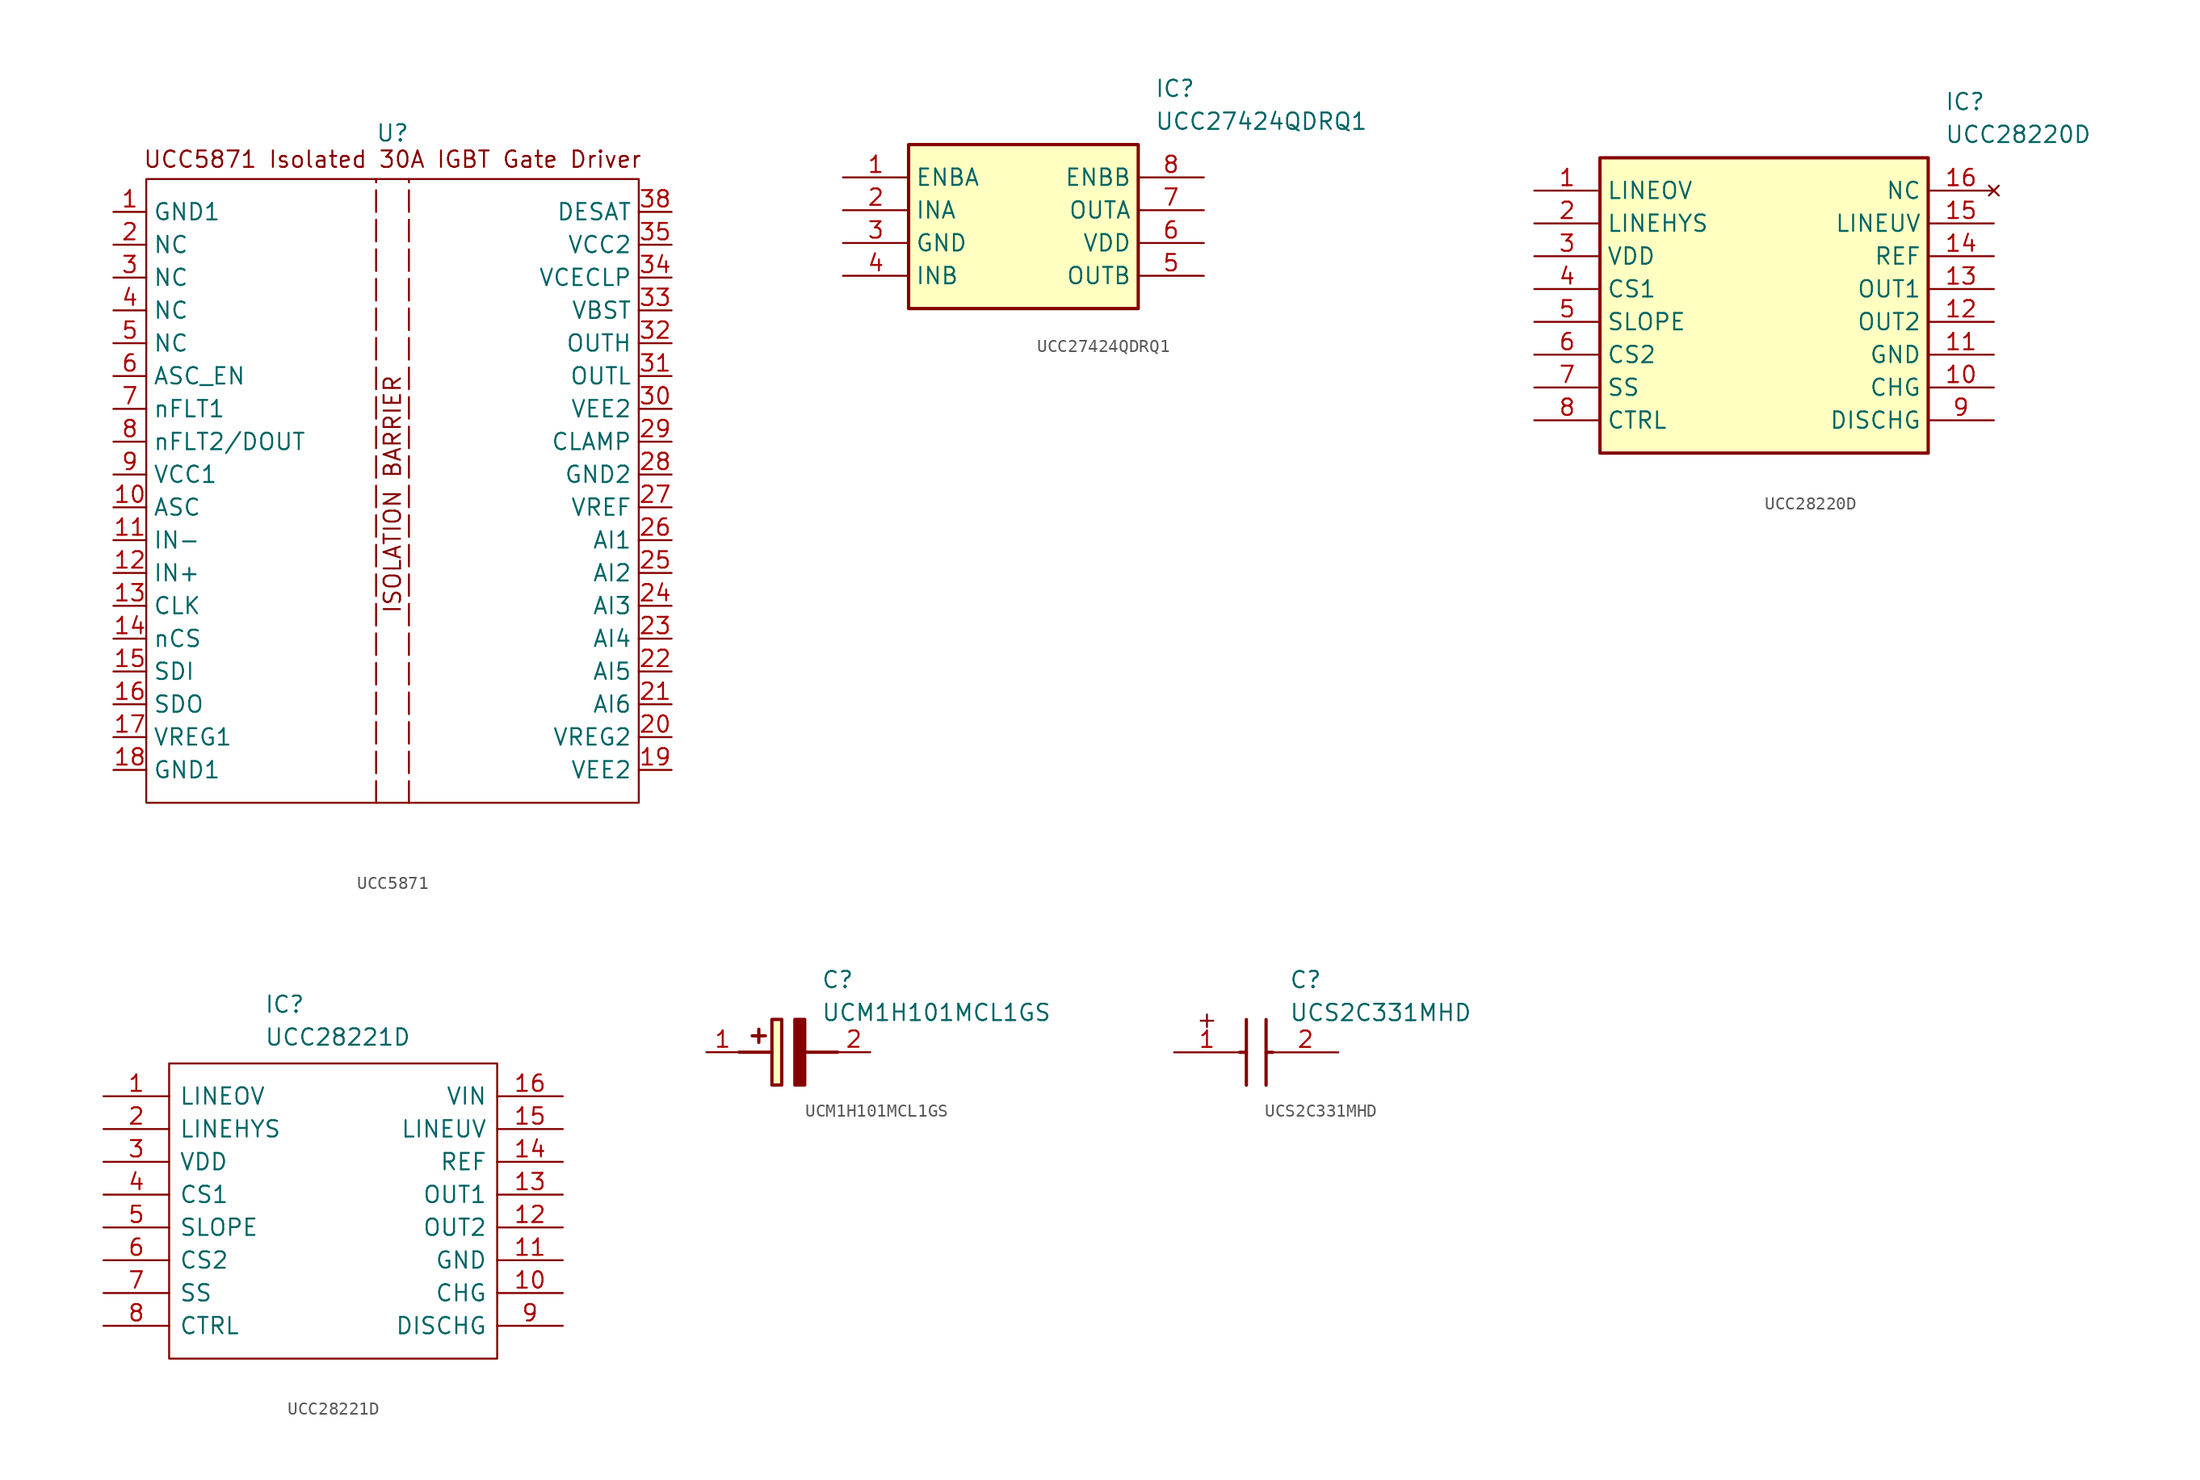
<source format=kicad_sym>
(kicad_symbol_lib
  (version 20241209)
  (generator "kicad_symbol_editor")
  (generator_version "9.0")
  (symbol "UCC5871"
    (property "Reference" "U"
      (at 0 27.686 0)
      (effects (font (size 1.27 1.27))))
    (property "Value" ""
      (at 0 0 0)
      (effects (font (size 1.27 1.27))))
    (symbol "UCC5871_0_1"
      (rectangle (start -19.05 24.13) (end 19.05 -24.13) (stroke (width 0) (type default)) (fill (type none)))
      (polyline (pts (xy -1.27 -24.13) (xy -1.27 24.13)) (stroke (width 0) (type dash)) (fill (type none)))
      (polyline (pts (xy 1.27 -24.13) (xy 1.27 24.13)) (stroke (width 0) (type dash)) (fill (type none))))
    (symbol "UCC5871_1_1"
      (text "UCC5871 Isolated 30A IGBT Gate Driver" (at 0 25.654 0) (effects (font (size 1.27 1.27))))
      (text "ISOLATION BARRIER" (at 0 -0.254 900) (effects (font (size 1.27 1.27))))
      (pin passive line (at -21.59 21.59 0) (length 2.54) (name "GND1" (effects (font (size 1.27 1.27)))) (number "1" (effects (font (size 1.27 1.27)))))
      (pin passive line (at -21.59 19.05 0) (length 2.54) (name "NC" (effects (font (size 1.27 1.27)))) (number "2" (effects (font (size 1.27 1.27)))))
      (pin passive line (at -21.59 16.51 0) (length 2.54) (name "NC" (effects (font (size 1.27 1.27)))) (number "3" (effects (font (size 1.27 1.27)))))
      (pin passive line (at -21.59 13.97 0) (length 2.54) (name "NC" (effects (font (size 1.27 1.27)))) (number "4" (effects (font (size 1.27 1.27)))))
      (pin passive line (at -21.59 11.43 0) (length 2.54) (name "NC" (effects (font (size 1.27 1.27)))) (number "5" (effects (font (size 1.27 1.27)))))
      (pin passive line (at -21.59 8.89 0) (length 2.54) (name "ASC_EN" (effects (font (size 1.27 1.27)))) (number "6" (effects (font (size 1.27 1.27)))))
      (pin passive line (at -21.59 6.35 0) (length 2.54) (name "nFLT1" (effects (font (size 1.27 1.27)))) (number "7" (effects (font (size 1.27 1.27)))))
      (pin passive line (at -21.59 3.81 0) (length 2.54) (name "nFLT2/DOUT" (effects (font (size 1.27 1.27)))) (number "8" (effects (font (size 1.27 1.27)))))
      (pin passive line (at -21.59 1.27 0) (length 2.54) (name "VCC1" (effects (font (size 1.27 1.27)))) (number "9" (effects (font (size 1.27 1.27)))))
      (pin passive line (at -21.59 -1.27 0) (length 2.54) (name "ASC" (effects (font (size 1.27 1.27)))) (number "10" (effects (font (size 1.27 1.27)))))
      (pin passive line (at -21.59 -3.81 0) (length 2.54) (name "IN-" (effects (font (size 1.27 1.27)))) (number "11" (effects (font (size 1.27 1.27)))))
      (pin passive line (at -21.59 -6.35 0) (length 2.54) (name "IN+" (effects (font (size 1.27 1.27)))) (number "12" (effects (font (size 1.27 1.27)))))
      (pin passive line (at -21.59 -8.89 0) (length 2.54) (name "CLK" (effects (font (size 1.27 1.27)))) (number "13" (effects (font (size 1.27 1.27)))))
      (pin passive line (at -21.59 -11.43 0) (length 2.54) (name "nCS" (effects (font (size 1.27 1.27)))) (number "14" (effects (font (size 1.27 1.27)))))
      (pin passive line (at -21.59 -13.97 0) (length 2.54) (name "SDI" (effects (font (size 1.27 1.27)))) (number "15" (effects (font (size 1.27 1.27)))))
      (pin passive line (at -21.59 -16.51 0) (length 2.54) (name "SDO" (effects (font (size 1.27 1.27)))) (number "16" (effects (font (size 1.27 1.27)))))
      (pin passive line (at -21.59 -19.05 0) (length 2.54) (name "VREG1" (effects (font (size 1.27 1.27)))) (number "17" (effects (font (size 1.27 1.27)))))
      (pin passive line (at -21.59 -21.59 0) (length 2.54) (name "GND1" (effects (font (size 1.27 1.27)))) (number "18" (effects (font (size 1.27 1.27)))))
      (pin passive line (at 21.59 21.59 180) (length 2.54) (name "DESAT" (effects (font (size 1.27 1.27)))) (number "38" (effects (font (size 1.27 1.27)))))
      (pin passive line (at 21.59 19.05 180) (length 2.54) (name "VCC2" (effects (font (size 1.27 1.27)))) (number "35" (effects (font (size 1.27 1.27)))))
      (pin passive line (at 21.59 16.51 180) (length 2.54) (name "VCECLP" (effects (font (size 1.27 1.27)))) (number "34" (effects (font (size 1.27 1.27)))))
      (pin passive line (at 21.59 13.97 180) (length 2.54) (name "VBST" (effects (font (size 1.27 1.27)))) (number "33" (effects (font (size 1.27 1.27)))))
      (pin passive line (at 21.59 11.43 180) (length 2.54) (name "OUTH" (effects (font (size 1.27 1.27)))) (number "32" (effects (font (size 1.27 1.27)))))
      (pin passive line (at 21.59 8.89 180) (length 2.54) (name "OUTL" (effects (font (size 1.27 1.27)))) (number "31" (effects (font (size 1.27 1.27)))))
      (pin passive line (at 21.59 6.35 180) (length 2.54) (name "VEE2" (effects (font (size 1.27 1.27)))) (number "30" (effects (font (size 1.27 1.27)))))
      (pin passive line (at 21.59 3.81 180) (length 2.54) (name "CLAMP" (effects (font (size 1.27 1.27)))) (number "29" (effects (font (size 1.27 1.27)))))
      (pin passive line (at 21.59 1.27 180) (length 2.54) (name "GND2" (effects (font (size 1.27 1.27)))) (number "28" (effects (font (size 1.27 1.27)))))
      (pin passive line (at 21.59 -1.27 180) (length 2.54) (name "VREF" (effects (font (size 1.27 1.27)))) (number "27" (effects (font (size 1.27 1.27)))))
      (pin passive line (at 21.59 -3.81 180) (length 2.54) (name "AI1" (effects (font (size 1.27 1.27)))) (number "26" (effects (font (size 1.27 1.27)))))
      (pin passive line (at 21.59 -6.35 180) (length 2.54) (name "AI2" (effects (font (size 1.27 1.27)))) (number "25" (effects (font (size 1.27 1.27)))))
      (pin passive line (at 21.59 -8.89 180) (length 2.54) (name "AI3" (effects (font (size 1.27 1.27)))) (number "24" (effects (font (size 1.27 1.27)))))
      (pin passive line (at 21.59 -11.43 180) (length 2.54) (name "AI4" (effects (font (size 1.27 1.27)))) (number "23" (effects (font (size 1.27 1.27)))))
      (pin passive line (at 21.59 -13.97 180) (length 2.54) (name "AI5" (effects (font (size 1.27 1.27)))) (number "22" (effects (font (size 1.27 1.27)))))
      (pin passive line (at 21.59 -16.51 180) (length 2.54) (name "AI6" (effects (font (size 1.27 1.27)))) (number "21" (effects (font (size 1.27 1.27)))))
      (pin passive line (at 21.59 -19.05 180) (length 2.54) (name "VREG2" (effects (font (size 1.27 1.27)))) (number "20" (effects (font (size 1.27 1.27)))))
      (pin passive line (at 21.59 -21.59 180) (length 2.54) (name "VEE2" (effects (font (size 1.27 1.27)))) (number "19" (effects (font (size 1.27 1.27)))))))
  (symbol "UCC27424QDRQ1"
    (property "Reference" "IC"
      (at 24.13 7.62 0)
      (effects (font (size 1.27 1.27)) (justify left top)))
    (property "Value" "UCC27424QDRQ1"
      (at 24.13 5.08 0)
      (effects (font (size 1.27 1.27)) (justify left top)))
    (symbol "UCC27424QDRQ1_1_1"
      (rectangle (start 5.08 2.54) (end 22.86 -10.16) (stroke (width 0.254) (type default)) (fill (type background)))
      (pin passive line (at 0 0 0) (length 5.08) (name "ENBA" (effects (font (size 1.27 1.27)))) (number "1" (effects (font (size 1.27 1.27)))))
      (pin passive line (at 0 -2.54 0) (length 5.08) (name "INA" (effects (font (size 1.27 1.27)))) (number "2" (effects (font (size 1.27 1.27)))))
      (pin passive line (at 0 -5.08 0) (length 5.08) (name "GND" (effects (font (size 1.27 1.27)))) (number "3" (effects (font (size 1.27 1.27)))))
      (pin passive line (at 0 -7.62 0) (length 5.08) (name "INB" (effects (font (size 1.27 1.27)))) (number "4" (effects (font (size 1.27 1.27)))))
      (pin passive line (at 27.94 0 180) (length 5.08) (name "ENBB" (effects (font (size 1.27 1.27)))) (number "8" (effects (font (size 1.27 1.27)))))
      (pin passive line (at 27.94 -2.54 180) (length 5.08) (name "OUTA" (effects (font (size 1.27 1.27)))) (number "7" (effects (font (size 1.27 1.27)))))
      (pin passive line (at 27.94 -5.08 180) (length 5.08) (name "VDD" (effects (font (size 1.27 1.27)))) (number "6" (effects (font (size 1.27 1.27)))))
      (pin passive line (at 27.94 -7.62 180) (length 5.08) (name "OUTB" (effects (font (size 1.27 1.27)))) (number "5" (effects (font (size 1.27 1.27)))))))
  (symbol "UCC28220D"
    (property "Reference" "IC"
      (at 31.75 7.62 0)
      (effects (font (size 1.27 1.27)) (justify left top)))
    (property "Value" "UCC28220D"
      (at 31.75 5.08 0)
      (effects (font (size 1.27 1.27)) (justify left top)))
    (symbol "UCC28220D_1_1"
      (rectangle (start 5.08 2.54) (end 30.48 -20.32) (stroke (width 0.254) (type default)) (fill (type background)))
      (pin passive line (at 0 0 0) (length 5.08) (name "LINEOV" (effects (font (size 1.27 1.27)))) (number "1" (effects (font (size 1.27 1.27)))))
      (pin passive line (at 0 -2.54 0) (length 5.08) (name "LINEHYS" (effects (font (size 1.27 1.27)))) (number "2" (effects (font (size 1.27 1.27)))))
      (pin passive line (at 0 -5.08 0) (length 5.08) (name "VDD" (effects (font (size 1.27 1.27)))) (number "3" (effects (font (size 1.27 1.27)))))
      (pin passive line (at 0 -7.62 0) (length 5.08) (name "CS1" (effects (font (size 1.27 1.27)))) (number "4" (effects (font (size 1.27 1.27)))))
      (pin passive line (at 0 -10.16 0) (length 5.08) (name "SLOPE" (effects (font (size 1.27 1.27)))) (number "5" (effects (font (size 1.27 1.27)))))
      (pin passive line (at 0 -12.7 0) (length 5.08) (name "CS2" (effects (font (size 1.27 1.27)))) (number "6" (effects (font (size 1.27 1.27)))))
      (pin passive line (at 0 -15.24 0) (length 5.08) (name "SS" (effects (font (size 1.27 1.27)))) (number "7" (effects (font (size 1.27 1.27)))))
      (pin passive line (at 0 -17.78 0) (length 5.08) (name "CTRL" (effects (font (size 1.27 1.27)))) (number "8" (effects (font (size 1.27 1.27)))))
      (pin no_connect line (at 35.56 0 180) (length 5.08) (name "NC" (effects (font (size 1.27 1.27)))) (number "16" (effects (font (size 1.27 1.27)))))
      (pin passive line (at 35.56 -2.54 180) (length 5.08) (name "LINEUV" (effects (font (size 1.27 1.27)))) (number "15" (effects (font (size 1.27 1.27)))))
      (pin passive line (at 35.56 -5.08 180) (length 5.08) (name "REF" (effects (font (size 1.27 1.27)))) (number "14" (effects (font (size 1.27 1.27)))))
      (pin passive line (at 35.56 -7.62 180) (length 5.08) (name "OUT1" (effects (font (size 1.27 1.27)))) (number "13" (effects (font (size 1.27 1.27)))))
      (pin passive line (at 35.56 -10.16 180) (length 5.08) (name "OUT2" (effects (font (size 1.27 1.27)))) (number "12" (effects (font (size 1.27 1.27)))))
      (pin passive line (at 35.56 -12.7 180) (length 5.08) (name "GND" (effects (font (size 1.27 1.27)))) (number "11" (effects (font (size 1.27 1.27)))))
      (pin passive line (at 35.56 -15.24 180) (length 5.08) (name "CHG" (effects (font (size 1.27 1.27)))) (number "10" (effects (font (size 1.27 1.27)))))
      (pin passive line (at 35.56 -17.78 180) (length 5.08) (name "DISCHG" (effects (font (size 1.27 1.27)))) (number "9" (effects (font (size 1.27 1.27)))))))
  (symbol "UCC28221D"
    (pin_names
      (offset 0.762))
    (property "Reference" "IC"
      (at 12.446 7.112 0)
      (effects (font (size 1.27 1.27)) (justify left)))
    (property "Value" "UCC28221D"
      (at 12.446 4.572 0)
      (effects (font (size 1.27 1.27)) (justify left)))
    (symbol "UCC28221D_0_0"
      (pin passive line (at 0 0 0) (length 5.08) (name "LINEOV" (effects (font (size 1.27 1.27)))) (number "1" (effects (font (size 1.27 1.27)))))
      (pin passive line (at 0 -2.54 0) (length 5.08) (name "LINEHYS" (effects (font (size 1.27 1.27)))) (number "2" (effects (font (size 1.27 1.27)))))
      (pin passive line (at 0 -5.08 0) (length 5.08) (name "VDD" (effects (font (size 1.27 1.27)))) (number "3" (effects (font (size 1.27 1.27)))))
      (pin passive line (at 0 -7.62 0) (length 5.08) (name "CS1" (effects (font (size 1.27 1.27)))) (number "4" (effects (font (size 1.27 1.27)))))
      (pin passive line (at 0 -10.16 0) (length 5.08) (name "SLOPE" (effects (font (size 1.27 1.27)))) (number "5" (effects (font (size 1.27 1.27)))))
      (pin passive line (at 0 -12.7 0) (length 5.08) (name "CS2" (effects (font (size 1.27 1.27)))) (number "6" (effects (font (size 1.27 1.27)))))
      (pin passive line (at 0 -15.24 0) (length 5.08) (name "SS" (effects (font (size 1.27 1.27)))) (number "7" (effects (font (size 1.27 1.27)))))
      (pin passive line (at 0 -17.78 0) (length 5.08) (name "CTRL" (effects (font (size 1.27 1.27)))) (number "8" (effects (font (size 1.27 1.27)))))
      (pin passive line (at 35.56 0 180) (length 5.08) (name "VIN" (effects (font (size 1.27 1.27)))) (number "16" (effects (font (size 1.27 1.27)))))
      (pin passive line (at 35.56 -2.54 180) (length 5.08) (name "LINEUV" (effects (font (size 1.27 1.27)))) (number "15" (effects (font (size 1.27 1.27)))))
      (pin passive line (at 35.56 -5.08 180) (length 5.08) (name "REF" (effects (font (size 1.27 1.27)))) (number "14" (effects (font (size 1.27 1.27)))))
      (pin passive line (at 35.56 -7.62 180) (length 5.08) (name "OUT1" (effects (font (size 1.27 1.27)))) (number "13" (effects (font (size 1.27 1.27)))))
      (pin passive line (at 35.56 -10.16 180) (length 5.08) (name "OUT2" (effects (font (size 1.27 1.27)))) (number "12" (effects (font (size 1.27 1.27)))))
      (pin passive line (at 35.56 -12.7 180) (length 5.08) (name "GND" (effects (font (size 1.27 1.27)))) (number "11" (effects (font (size 1.27 1.27)))))
      (pin passive line (at 35.56 -15.24 180) (length 5.08) (name "CHG" (effects (font (size 1.27 1.27)))) (number "10" (effects (font (size 1.27 1.27)))))
      (pin passive line (at 35.56 -17.78 180) (length 5.08) (name "DISCHG" (effects (font (size 1.27 1.27)))) (number "9" (effects (font (size 1.27 1.27))))))
    (symbol "UCC28221D_0_1"
      (polyline (pts (xy 5.08 2.54) (xy 30.48 2.54) (xy 30.48 -20.32) (xy 5.08 -20.32) (xy 5.08 2.54)) (stroke (width 0.152) (type solid)) (fill (type none)))))
  (symbol "UCM1H101MCL1GS"
    (pin_names
      (hide yes))
    (property "Reference" "C"
      (at 8.89 6.35 0)
      (effects (font (size 1.27 1.27)) (justify left top)))
    (property "Value" "UCM1H101MCL1GS"
      (at 8.89 3.81 0)
      (effects (font (size 1.27 1.27)) (justify left top)))
    (symbol "UCM1H101MCL1GS_1_1"
      (polyline (pts (xy 2.54 0) (xy 5.08 0)) (stroke (width 0.254) (type default)) (fill (type none)))
      (polyline (pts (xy 4.064 1.778) (xy 4.064 0.762)) (stroke (width 0.254) (type default)) (fill (type none)))
      (polyline (pts (xy 4.572 1.27) (xy 3.556 1.27)) (stroke (width 0.254) (type default)) (fill (type none)))
      (rectangle (start 5.08 2.54) (end 5.842 -2.54) (stroke (width 0.254) (type default)) (fill (type background)))
      (polyline (pts (xy 7.62 2.54) (xy 7.62 -2.54) (xy 6.858 -2.54) (xy 6.858 2.54) (xy 7.62 2.54)) (stroke (width 0.254) (type default)) (fill (type outline)))
      (polyline (pts (xy 7.62 0) (xy 10.16 0)) (stroke (width 0.254) (type default)) (fill (type none)))
      (pin passive line (at 0 0 0) (length 2.54) (name "+" (effects (font (size 1.27 1.27)))) (number "1" (effects (font (size 1.27 1.27)))))
      (pin passive line (at 12.7 0 180) (length 2.54) (name "-" (effects (font (size 1.27 1.27)))) (number "2" (effects (font (size 1.27 1.27)))))))
  (symbol "UCS2C331MHD"
    (pin_names
      (hide yes))
    (property "Reference" "C"
      (at 8.89 6.35 0)
      (effects (font (size 1.27 1.27)) (justify left top)))
    (property "Value" "UCS2C331MHD"
      (at 8.89 3.81 0)
      (effects (font (size 1.27 1.27)) (justify left top)))
    (symbol "UCS2C331MHD_1_1"
      (polyline (pts (xy 5.08 0) (xy 5.588 0)) (stroke (width 0.254) (type default)) (fill (type none)))
      (polyline (pts (xy 5.588 2.54) (xy 5.588 -2.54)) (stroke (width 0.254) (type default)) (fill (type none)))
      (polyline (pts (xy 7.112 2.54) (xy 7.112 -2.54)) (stroke (width 0.254) (type default)) (fill (type none)))
      (polyline (pts (xy 7.112 0) (xy 7.62 0)) (stroke (width 0.254) (type default)) (fill (type none)))
      (text "+" (at 2.54 2.54 0) (effects (font (size 1.27 1.27))))
      (pin passive line (at 0 0 0) (length 5.08) (name "+" (effects (font (size 1.27 1.27)))) (number "1" (effects (font (size 1.27 1.27)))))
      (pin passive line (at 12.7 0 180) (length 5.08) (name "-" (effects (font (size 1.27 1.27)))) (number "2" (effects (font (size 1.27 1.27))))))))
</source>
